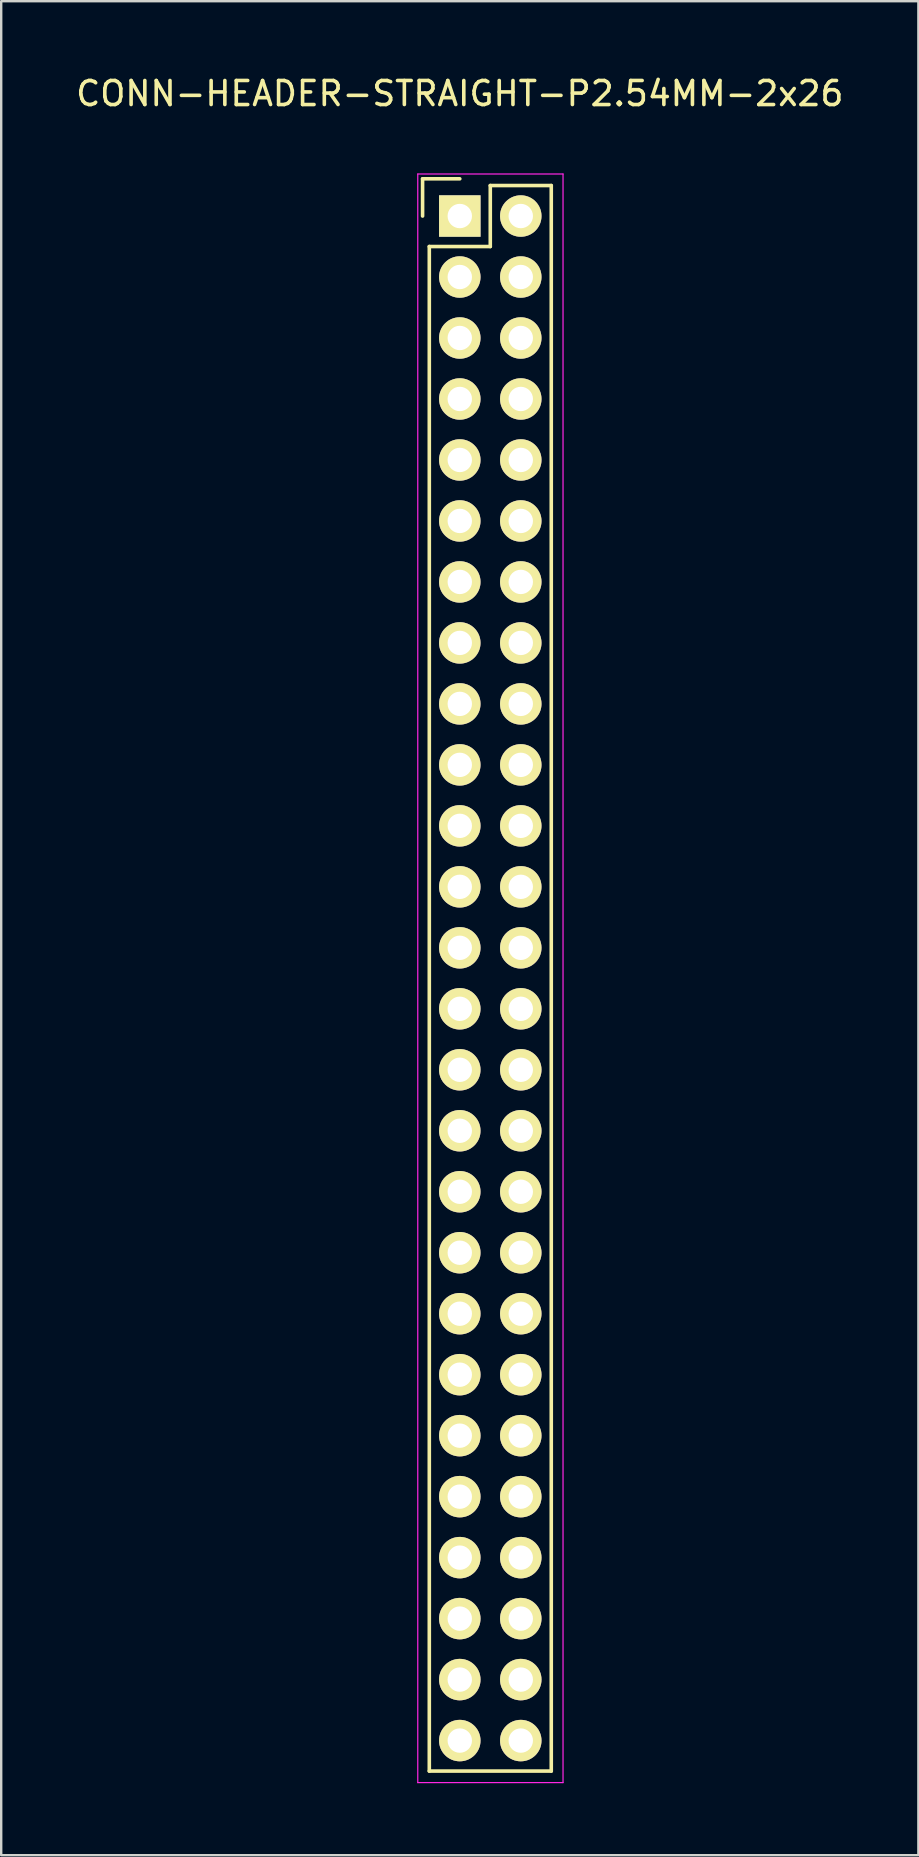
<source format=kicad_pcb>
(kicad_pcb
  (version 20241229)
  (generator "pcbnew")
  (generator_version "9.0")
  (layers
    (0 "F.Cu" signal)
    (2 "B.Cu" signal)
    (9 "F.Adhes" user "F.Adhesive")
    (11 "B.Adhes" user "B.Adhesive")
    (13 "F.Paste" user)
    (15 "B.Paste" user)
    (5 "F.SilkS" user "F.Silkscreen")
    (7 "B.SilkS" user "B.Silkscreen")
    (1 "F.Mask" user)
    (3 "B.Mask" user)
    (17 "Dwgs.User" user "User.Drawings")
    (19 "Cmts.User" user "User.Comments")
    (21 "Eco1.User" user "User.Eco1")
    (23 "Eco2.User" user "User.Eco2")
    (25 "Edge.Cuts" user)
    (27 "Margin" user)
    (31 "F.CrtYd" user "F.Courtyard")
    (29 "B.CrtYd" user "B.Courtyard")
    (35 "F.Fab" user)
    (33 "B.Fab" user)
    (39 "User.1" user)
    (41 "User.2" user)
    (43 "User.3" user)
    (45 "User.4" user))
  (footprint "CONN-HEADER-STRAIGHT-P2.54MM-2x26"
    (layer "F.Cu")
    (at 16.101 5.948)
    (property "Reference" "CONN-HEADER-STRAIGHT-P2.54MM-2x26" (at 0 -5.1 0) (layer "F.SilkS") (effects (font (size 1 1) (thickness 0.15))))
    (attr through_hole)
    (fp_line (start -1.55 -1.55) (end -1.55 0) (stroke (width 0.15) (type solid)) (layer "F.SilkS"))
    (fp_line (start -1.27 64.77) (end -1.27 1.27) (stroke (width 0.15) (type solid)) (layer "F.SilkS"))
    (fp_line (start 0 -1.55) (end -1.55 -1.55) (stroke (width 0.15) (type solid)) (layer "F.SilkS"))
    (fp_line (start 1.27 -1.27) (end 1.27 1.27) (stroke (width 0.15) (type solid)) (layer "F.SilkS"))
    (fp_line (start 1.27 1.27) (end -1.27 1.27) (stroke (width 0.15) (type solid)) (layer "F.SilkS"))
    (fp_line (start 3.81 -1.27) (end 1.27 -1.27) (stroke (width 0.15) (type solid)) (layer "F.SilkS"))
    (fp_line (start 3.81 -1.27) (end 3.81 64.77) (stroke (width 0.15) (type solid)) (layer "F.SilkS"))
    (fp_line (start 3.81 64.77) (end -1.27 64.77) (stroke (width 0.15) (type solid)) (layer "F.SilkS"))
    (fp_line (start -1.75 -1.75) (end -1.75 65.25) (stroke (width 0.05) (type solid)) (layer "F.CrtYd"))
    (fp_line (start -1.75 -1.75) (end 4.3 -1.75) (stroke (width 0.05) (type solid)) (layer "F.CrtYd"))
    (fp_line (start -1.75 65.25) (end 4.3 65.25) (stroke (width 0.05) (type solid)) (layer "F.CrtYd"))
    (fp_line (start 4.3 -1.75) (end 4.3 65.25) (stroke (width 0.05) (type solid)) (layer "F.CrtYd"))
    (pad "1" thru_hole rect (at 0 0) (size 1.727 1.727) (drill 1.016) (layers "*.Cu" "*.Mask" "F.SilkS"))
    (pad "2" thru_hole oval (at 2.54 0) (size 1.727 1.727) (drill 1.016) (layers "*.Cu" "*.Mask" "F.SilkS"))
    (pad "3" thru_hole oval (at 0 2.54) (size 1.727 1.727) (drill 1.016) (layers "*.Cu" "*.Mask" "F.SilkS"))
    (pad "4" thru_hole oval (at 2.54 2.54) (size 1.727 1.727) (drill 1.016) (layers "*.Cu" "*.Mask" "F.SilkS"))
    (pad "5" thru_hole oval (at 0 5.08) (size 1.727 1.727) (drill 1.016) (layers "*.Cu" "*.Mask" "F.SilkS"))
    (pad "6" thru_hole oval (at 2.54 5.08) (size 1.727 1.727) (drill 1.016) (layers "*.Cu" "*.Mask" "F.SilkS"))
    (pad "7" thru_hole oval (at 0 7.62) (size 1.727 1.727) (drill 1.016) (layers "*.Cu" "*.Mask" "F.SilkS"))
    (pad "8" thru_hole oval (at 2.54 7.62) (size 1.727 1.727) (drill 1.016) (layers "*.Cu" "*.Mask" "F.SilkS"))
    (pad "9" thru_hole oval (at 0 10.16) (size 1.727 1.727) (drill 1.016) (layers "*.Cu" "*.Mask" "F.SilkS"))
    (pad "10" thru_hole oval (at 2.54 10.16) (size 1.727 1.727) (drill 1.016) (layers "*.Cu" "*.Mask" "F.SilkS"))
    (pad "11" thru_hole oval (at 0 12.7) (size 1.727 1.727) (drill 1.016) (layers "*.Cu" "*.Mask" "F.SilkS"))
    (pad "12" thru_hole oval (at 2.54 12.7) (size 1.727 1.727) (drill 1.016) (layers "*.Cu" "*.Mask" "F.SilkS"))
    (pad "13" thru_hole oval (at 0 15.24) (size 1.727 1.727) (drill 1.016) (layers "*.Cu" "*.Mask" "F.SilkS"))
    (pad "14" thru_hole oval (at 2.54 15.24) (size 1.727 1.727) (drill 1.016) (layers "*.Cu" "*.Mask" "F.SilkS"))
    (pad "15" thru_hole oval (at 0 17.78) (size 1.727 1.727) (drill 1.016) (layers "*.Cu" "*.Mask" "F.SilkS"))
    (pad "16" thru_hole oval (at 2.54 17.78) (size 1.727 1.727) (drill 1.016) (layers "*.Cu" "*.Mask" "F.SilkS"))
    (pad "17" thru_hole oval (at 0 20.32) (size 1.727 1.727) (drill 1.016) (layers "*.Cu" "*.Mask" "F.SilkS"))
    (pad "18" thru_hole oval (at 2.54 20.32) (size 1.727 1.727) (drill 1.016) (layers "*.Cu" "*.Mask" "F.SilkS"))
    (pad "19" thru_hole oval (at 0 22.86) (size 1.727 1.727) (drill 1.016) (layers "*.Cu" "*.Mask" "F.SilkS"))
    (pad "20" thru_hole oval (at 2.54 22.86) (size 1.727 1.727) (drill 1.016) (layers "*.Cu" "*.Mask" "F.SilkS"))
    (pad "21" thru_hole oval (at 0 25.4) (size 1.727 1.727) (drill 1.016) (layers "*.Cu" "*.Mask" "F.SilkS"))
    (pad "22" thru_hole oval (at 2.54 25.4) (size 1.727 1.727) (drill 1.016) (layers "*.Cu" "*.Mask" "F.SilkS"))
    (pad "23" thru_hole oval (at 0 27.94) (size 1.727 1.727) (drill 1.016) (layers "*.Cu" "*.Mask" "F.SilkS"))
    (pad "24" thru_hole oval (at 2.54 27.94) (size 1.727 1.727) (drill 1.016) (layers "*.Cu" "*.Mask" "F.SilkS"))
    (pad "25" thru_hole oval (at 0 30.48) (size 1.727 1.727) (drill 1.016) (layers "*.Cu" "*.Mask" "F.SilkS"))
    (pad "26" thru_hole oval (at 2.54 30.48) (size 1.727 1.727) (drill 1.016) (layers "*.Cu" "*.Mask" "F.SilkS"))
    (pad "27" thru_hole oval (at 0 33.02) (size 1.727 1.727) (drill 1.016) (layers "*.Cu" "*.Mask" "F.SilkS"))
    (pad "28" thru_hole oval (at 2.54 33.02) (size 1.727 1.727) (drill 1.016) (layers "*.Cu" "*.Mask" "F.SilkS"))
    (pad "29" thru_hole oval (at 0 35.56) (size 1.727 1.727) (drill 1.016) (layers "*.Cu" "*.Mask" "F.SilkS"))
    (pad "30" thru_hole oval (at 2.54 35.56) (size 1.727 1.727) (drill 1.016) (layers "*.Cu" "*.Mask" "F.SilkS"))
    (pad "31" thru_hole oval (at 0 38.1) (size 1.727 1.727) (drill 1.016) (layers "*.Cu" "*.Mask" "F.SilkS"))
    (pad "32" thru_hole oval (at 2.54 38.1) (size 1.727 1.727) (drill 1.016) (layers "*.Cu" "*.Mask" "F.SilkS"))
    (pad "33" thru_hole oval (at 0 40.64) (size 1.727 1.727) (drill 1.016) (layers "*.Cu" "*.Mask" "F.SilkS"))
    (pad "34" thru_hole oval (at 2.54 40.64) (size 1.727 1.727) (drill 1.016) (layers "*.Cu" "*.Mask" "F.SilkS"))
    (pad "35" thru_hole oval (at 0 43.18) (size 1.727 1.727) (drill 1.016) (layers "*.Cu" "*.Mask" "F.SilkS"))
    (pad "36" thru_hole oval (at 2.54 43.18) (size 1.727 1.727) (drill 1.016) (layers "*.Cu" "*.Mask" "F.SilkS"))
    (pad "37" thru_hole oval (at 0 45.72) (size 1.727 1.727) (drill 1.016) (layers "*.Cu" "*.Mask" "F.SilkS"))
    (pad "38" thru_hole oval (at 2.54 45.72) (size 1.727 1.727) (drill 1.016) (layers "*.Cu" "*.Mask" "F.SilkS"))
    (pad "39" thru_hole oval (at 0 48.26) (size 1.727 1.727) (drill 1.016) (layers "*.Cu" "*.Mask" "F.SilkS"))
    (pad "40" thru_hole oval (at 2.54 48.26) (size 1.727 1.727) (drill 1.016) (layers "*.Cu" "*.Mask" "F.SilkS"))
    (pad "41" thru_hole oval (at 0 50.8) (size 1.727 1.727) (drill 1.016) (layers "*.Cu" "*.Mask" "F.SilkS"))
    (pad "42" thru_hole oval (at 2.54 50.8) (size 1.727 1.727) (drill 1.016) (layers "*.Cu" "*.Mask" "F.SilkS"))
    (pad "43" thru_hole oval (at 0 53.34) (size 1.727 1.727) (drill 1.016) (layers "*.Cu" "*.Mask" "F.SilkS"))
    (pad "44" thru_hole oval (at 2.54 53.34) (size 1.727 1.727) (drill 1.016) (layers "*.Cu" "*.Mask" "F.SilkS"))
    (pad "45" thru_hole oval (at 0 55.88) (size 1.727 1.727) (drill 1.016) (layers "*.Cu" "*.Mask" "F.SilkS"))
    (pad "46" thru_hole oval (at 2.54 55.88) (size 1.727 1.727) (drill 1.016) (layers "*.Cu" "*.Mask" "F.SilkS"))
    (pad "47" thru_hole oval (at 0 58.42) (size 1.727 1.727) (drill 1.016) (layers "*.Cu" "*.Mask" "F.SilkS"))
    (pad "48" thru_hole oval (at 2.54 58.42) (size 1.727 1.727) (drill 1.016) (layers "*.Cu" "*.Mask" "F.SilkS"))
    (pad "49" thru_hole oval (at 0 60.96) (size 1.727 1.727) (drill 1.016) (layers "*.Cu" "*.Mask" "F.SilkS"))
    (pad "50" thru_hole oval (at 2.54 60.96) (size 1.727 1.727) (drill 1.016) (layers "*.Cu" "*.Mask" "F.SilkS"))
    (pad "51" thru_hole oval (at 0 63.5) (size 1.727 1.727) (drill 1.016) (layers "*.Cu" "*.Mask" "F.SilkS"))
    (pad "52" thru_hole oval (at 2.54 63.5) (size 1.727 1.727) (drill 1.016) (layers "*.Cu" "*.Mask" "F.SilkS")))
  (gr_rect
    (start -3 -3)
    (end 35.202 74.223)
    (stroke (width 0.1) (type default))
    (fill no)
    (layer "Edge.Cuts")))
</source>
